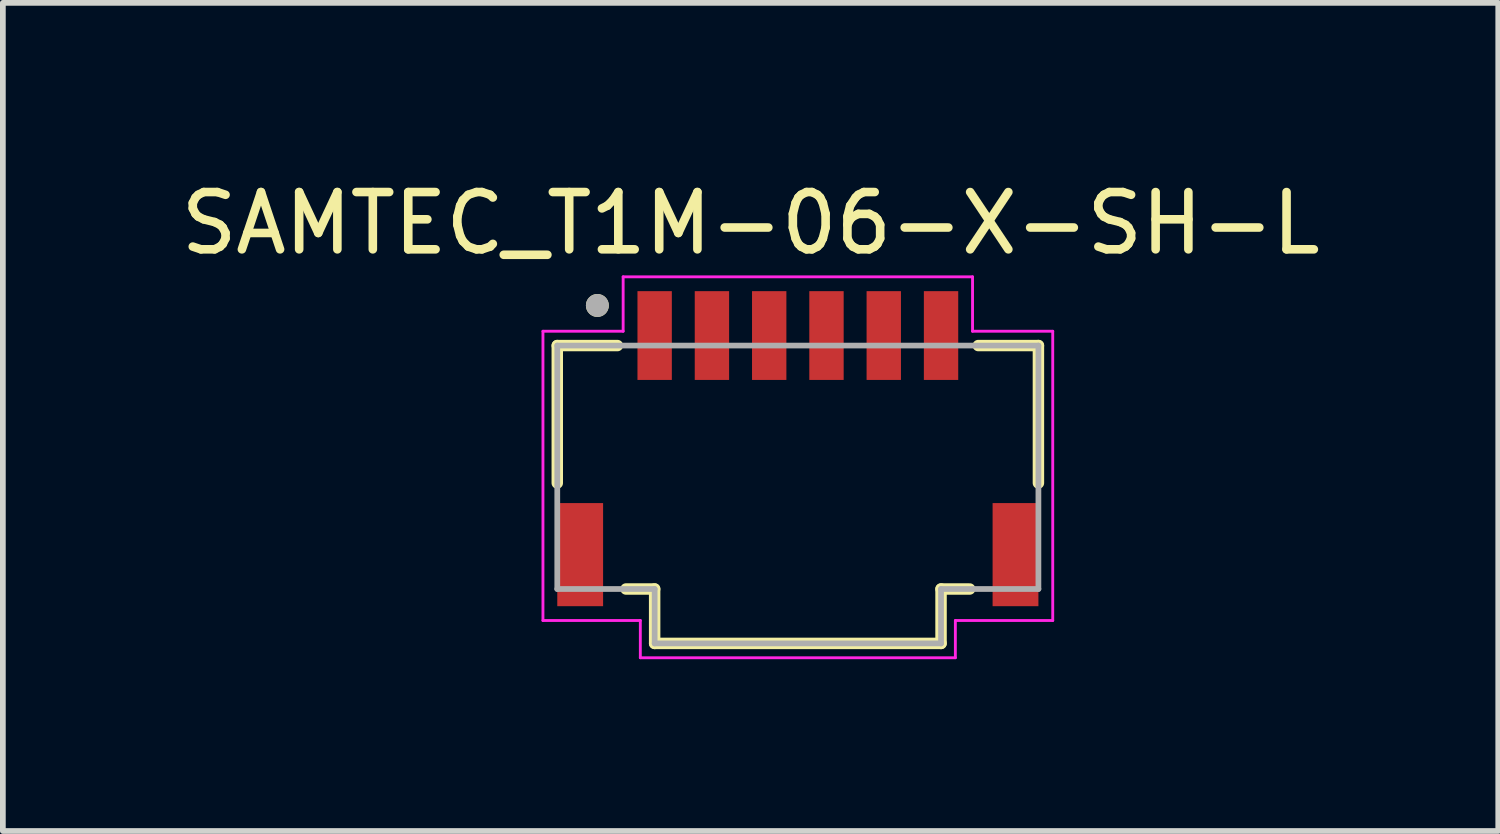
<source format=kicad_pcb>
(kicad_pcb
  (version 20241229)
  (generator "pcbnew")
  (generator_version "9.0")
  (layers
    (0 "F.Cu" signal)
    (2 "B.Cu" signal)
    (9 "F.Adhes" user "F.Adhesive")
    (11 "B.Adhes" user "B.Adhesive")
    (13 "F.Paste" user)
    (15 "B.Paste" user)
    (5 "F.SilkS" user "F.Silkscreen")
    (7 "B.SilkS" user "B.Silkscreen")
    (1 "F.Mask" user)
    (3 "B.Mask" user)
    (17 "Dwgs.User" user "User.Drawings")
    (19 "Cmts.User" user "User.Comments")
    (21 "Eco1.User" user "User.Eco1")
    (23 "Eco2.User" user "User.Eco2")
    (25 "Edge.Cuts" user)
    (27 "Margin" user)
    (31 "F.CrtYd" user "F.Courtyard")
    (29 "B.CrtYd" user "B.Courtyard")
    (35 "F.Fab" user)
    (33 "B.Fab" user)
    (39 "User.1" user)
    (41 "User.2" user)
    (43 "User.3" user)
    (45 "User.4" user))
  (footprint "SAMTEC_T1M-06-X-SH-L"
    (layer "F.Cu")
    (at 10.879 2.983)
    (property "Reference" "SAMTEC_T1M-06-X-SH-L" (at -0.825 -2.135 0) (layer "F.SilkS") (effects (font (size 1 1) (thickness 0.15))))
    (attr smd)
    (fp_line (start -4.2 0) (end -4.2 2.4) (stroke (width 0.2) (type solid)) (layer "F.SilkS"))
    (fp_line (start -3.15 0) (end -4.2 0) (stroke (width 0.2) (type solid)) (layer "F.SilkS"))
    (fp_line (start -2.5 4.25) (end -3 4.25) (stroke (width 0.2) (type solid)) (layer "F.SilkS"))
    (fp_line (start -2.5 4.25) (end -2.5 5.2) (stroke (width 0.2) (type solid)) (layer "F.SilkS"))
    (fp_line (start -2.5 5.2) (end 2.5 5.2) (stroke (width 0.2) (type solid)) (layer "F.SilkS"))
    (fp_line (start 2.5 4.25) (end 3 4.25) (stroke (width 0.2) (type solid)) (layer "F.SilkS"))
    (fp_line (start 2.5 5.2) (end 2.5 4.25) (stroke (width 0.2) (type solid)) (layer "F.SilkS"))
    (fp_line (start 3.15 0) (end 4.2 0) (stroke (width 0.2) (type solid)) (layer "F.SilkS"))
    (fp_line (start 4.2 0) (end 4.2 2.4) (stroke (width 0.2) (type solid)) (layer "F.SilkS"))
    (fp_circle (center -3.5 -0.7) (end -3.4 -0.7) (stroke (width 0.2) (type solid)) (fill no) (layer "F.SilkS"))
    (fp_line (start -4.45 -0.25) (end -3.05 -0.25) (stroke (width 0.05) (type solid)) (layer "F.CrtYd"))
    (fp_line (start -4.45 4.8) (end -4.45 -0.25) (stroke (width 0.05) (type solid)) (layer "F.CrtYd"))
    (fp_line (start -3.05 -1.2) (end 3.05 -1.2) (stroke (width 0.05) (type solid)) (layer "F.CrtYd"))
    (fp_line (start -3.05 -0.25) (end -3.05 -1.2) (stroke (width 0.05) (type solid)) (layer "F.CrtYd"))
    (fp_line (start -2.75 4.8) (end -4.45 4.8) (stroke (width 0.05) (type solid)) (layer "F.CrtYd"))
    (fp_line (start -2.75 5.45) (end -2.75 4.8) (stroke (width 0.05) (type solid)) (layer "F.CrtYd"))
    (fp_line (start 2.75 4.8) (end 2.75 5.45) (stroke (width 0.05) (type solid)) (layer "F.CrtYd"))
    (fp_line (start 2.75 5.45) (end -2.75 5.45) (stroke (width 0.05) (type solid)) (layer "F.CrtYd"))
    (fp_line (start 3.05 -1.2) (end 3.05 -0.25) (stroke (width 0.05) (type solid)) (layer "F.CrtYd"))
    (fp_line (start 3.05 -0.25) (end 4.45 -0.25) (stroke (width 0.05) (type solid)) (layer "F.CrtYd"))
    (fp_line (start 4.45 -0.25) (end 4.45 4.8) (stroke (width 0.05) (type solid)) (layer "F.CrtYd"))
    (fp_line (start 4.45 4.8) (end 2.75 4.8) (stroke (width 0.05) (type solid)) (layer "F.CrtYd"))
    (fp_line (start -4.2 0) (end 4.2 0) (stroke (width 0.1) (type solid)) (layer "F.Fab"))
    (fp_line (start -4.2 4.25) (end -4.2 0) (stroke (width 0.1) (type solid)) (layer "F.Fab"))
    (fp_line (start -2.5 4.25) (end -4.2 4.25) (stroke (width 0.1) (type solid)) (layer "F.Fab"))
    (fp_line (start -2.5 4.25) (end -2.5 5.2) (stroke (width 0.1) (type solid)) (layer "F.Fab"))
    (fp_line (start -2.5 5.2) (end 2.5 5.2) (stroke (width 0.1) (type solid)) (layer "F.Fab"))
    (fp_line (start 2.5 5.2) (end 2.5 4.25) (stroke (width 0.1) (type solid)) (layer "F.Fab"))
    (fp_line (start 4.2 0) (end 4.2 4.25) (stroke (width 0.1) (type solid)) (layer "F.Fab"))
    (fp_line (start 4.2 4.25) (end 2.5 4.25) (stroke (width 0.1) (type solid)) (layer "F.Fab"))
    (fp_circle (center -3.5 -0.7) (end -3.4 -0.7) (stroke (width 0.2) (type solid)) (fill no) (layer "F.Fab"))
    (pad "01" smd rect (at -2.5 -0.175) (size 0.6 1.55) (layers "F.Cu" "F.Mask" "F.Paste"))
    (pad "02" smd rect (at -1.5 -0.175) (size 0.6 1.55) (layers "F.Cu" "F.Mask" "F.Paste"))
    (pad "03" smd rect (at -0.5 -0.175) (size 0.6 1.55) (layers "F.Cu" "F.Mask" "F.Paste"))
    (pad "04" smd rect (at 0.5 -0.175) (size 0.6 1.55) (layers "F.Cu" "F.Mask" "F.Paste"))
    (pad "05" smd rect (at 1.5 -0.175) (size 0.6 1.55) (layers "F.Cu" "F.Mask" "F.Paste"))
    (pad "06" smd rect (at 2.5 -0.175) (size 0.6 1.55) (layers "F.Cu" "F.Mask" "F.Paste"))
    (pad "S1" smd rect (at -3.8 3.65) (size 0.8 1.8) (layers "F.Cu" "F.Mask" "F.Paste"))
    (pad "S2" smd rect (at 3.8 3.65) (size 0.8 1.8) (layers "F.Cu" "F.Mask" "F.Paste")))
  (gr_rect
    (start -3 -3)
    (end 23.107 11.458)
    (stroke (width 0.1) (type default))
    (fill no)
    (layer "Edge.Cuts")))
</source>
